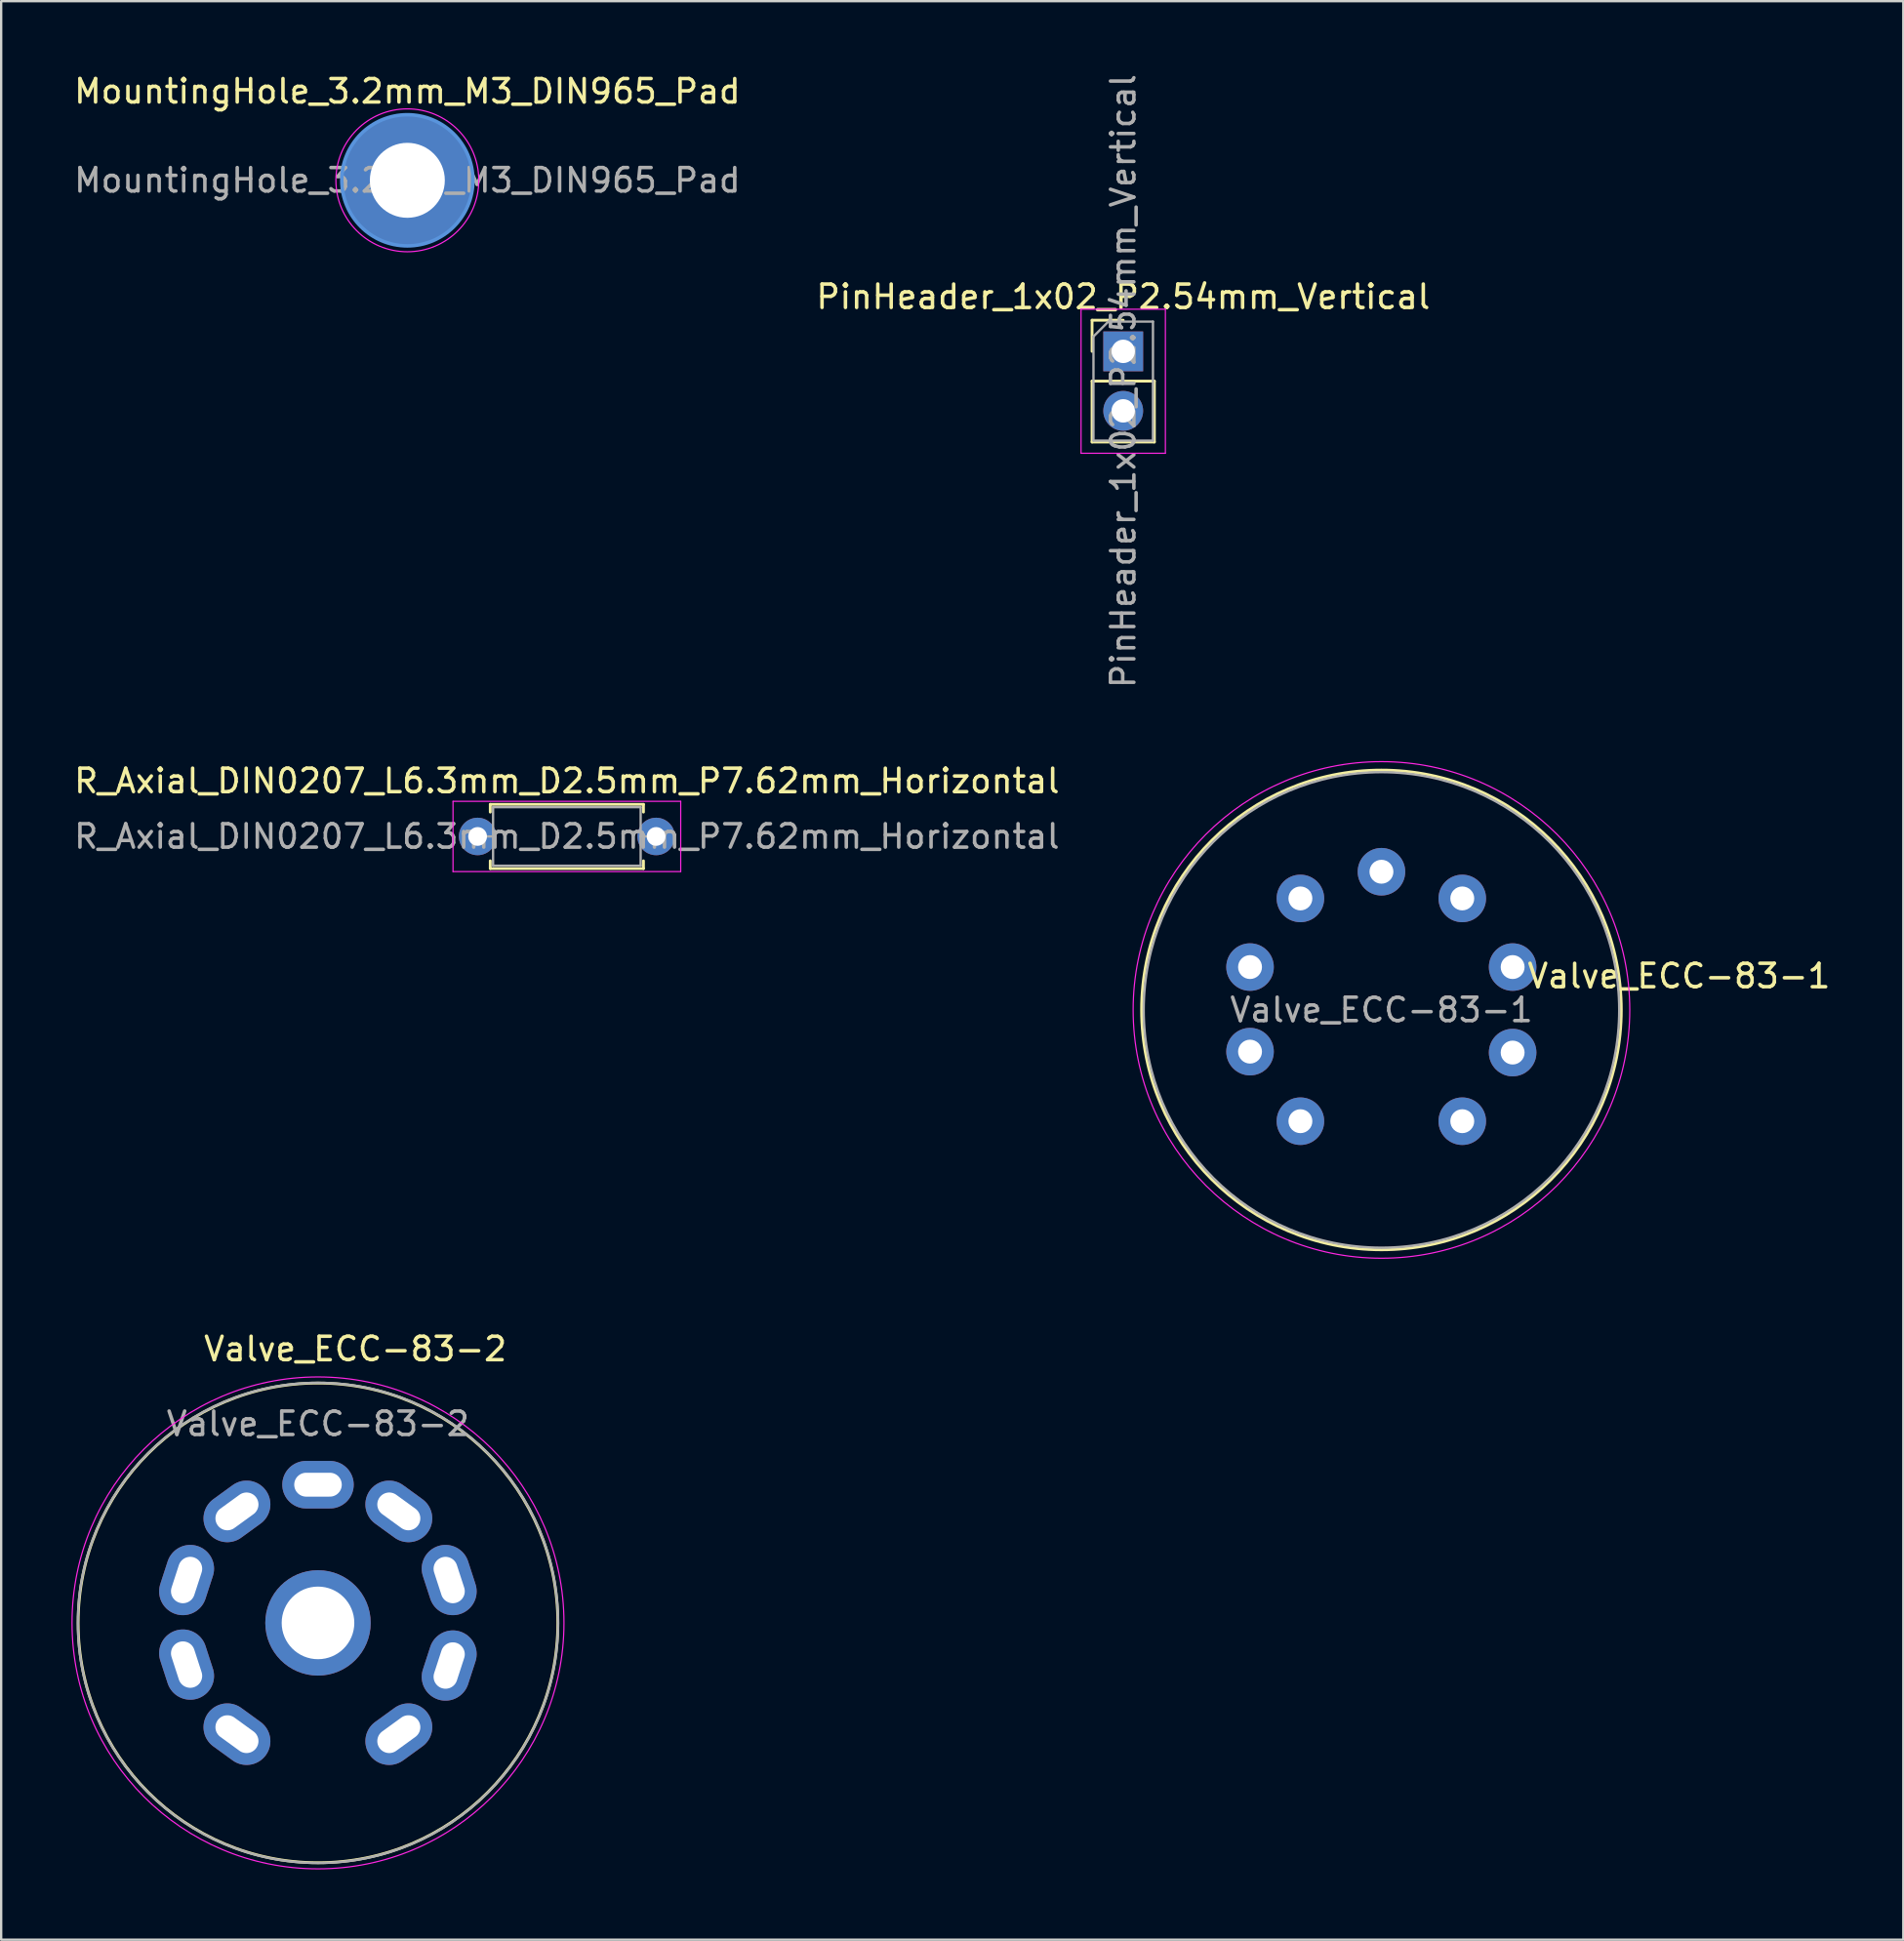
<source format=kicad_pcb>
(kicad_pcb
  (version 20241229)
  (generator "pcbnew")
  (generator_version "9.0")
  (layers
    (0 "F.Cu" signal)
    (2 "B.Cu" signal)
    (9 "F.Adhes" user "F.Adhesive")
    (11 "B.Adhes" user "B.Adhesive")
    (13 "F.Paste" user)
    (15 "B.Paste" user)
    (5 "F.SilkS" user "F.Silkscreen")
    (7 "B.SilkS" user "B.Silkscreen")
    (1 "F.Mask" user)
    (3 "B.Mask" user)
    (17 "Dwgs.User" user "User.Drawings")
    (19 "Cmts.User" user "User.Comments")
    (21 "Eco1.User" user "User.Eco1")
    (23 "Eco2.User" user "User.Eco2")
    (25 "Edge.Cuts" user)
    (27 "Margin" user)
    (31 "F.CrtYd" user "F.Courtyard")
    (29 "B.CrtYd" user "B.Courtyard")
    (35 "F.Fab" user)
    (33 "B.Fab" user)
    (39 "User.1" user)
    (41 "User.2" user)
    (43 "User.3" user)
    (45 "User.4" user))
  (footprint "PinHeader_1x02_P2.54mm_Vertical"
    (layer "F.Cu")
    (at 44.899 11.95)
    (property "Reference" "PinHeader_1x02_P2.54mm_Vertical" (at 0 -2.33 0) (layer "F.SilkS") (effects (font (size 1 1) (thickness 0.15))))
    (attr through_hole)
    (fp_line (start -1.33 -1.33) (end 0 -1.33) (stroke (width 0.12) (type solid)) (layer "F.SilkS"))
    (fp_line (start -1.33 0) (end -1.33 -1.33) (stroke (width 0.12) (type solid)) (layer "F.SilkS"))
    (fp_line (start -1.33 1.27) (end -1.33 3.87) (stroke (width 0.12) (type solid)) (layer "F.SilkS"))
    (fp_line (start -1.33 1.27) (end 1.33 1.27) (stroke (width 0.12) (type solid)) (layer "F.SilkS"))
    (fp_line (start -1.33 3.87) (end 1.33 3.87) (stroke (width 0.12) (type solid)) (layer "F.SilkS"))
    (fp_line (start 1.33 1.27) (end 1.33 3.87) (stroke (width 0.12) (type solid)) (layer "F.SilkS"))
    (fp_line (start -1.8 -1.8) (end -1.8 4.35) (stroke (width 0.05) (type solid)) (layer "F.CrtYd"))
    (fp_line (start -1.8 4.35) (end 1.8 4.35) (stroke (width 0.05) (type solid)) (layer "F.CrtYd"))
    (fp_line (start 1.8 -1.8) (end -1.8 -1.8) (stroke (width 0.05) (type solid)) (layer "F.CrtYd"))
    (fp_line (start 1.8 4.35) (end 1.8 -1.8) (stroke (width 0.05) (type solid)) (layer "F.CrtYd"))
    (fp_line (start -1.27 -0.635) (end -0.635 -1.27) (stroke (width 0.1) (type solid)) (layer "F.Fab"))
    (fp_line (start -1.27 3.81) (end -1.27 -0.635) (stroke (width 0.1) (type solid)) (layer "F.Fab"))
    (fp_line (start -0.635 -1.27) (end 1.27 -1.27) (stroke (width 0.1) (type solid)) (layer "F.Fab"))
    (fp_line (start 1.27 -1.27) (end 1.27 3.81) (stroke (width 0.1) (type solid)) (layer "F.Fab"))
    (fp_line (start 1.27 3.81) (end -1.27 3.81) (stroke (width 0.1) (type solid)) (layer "F.Fab"))
    (fp_text user "${REFERENCE}" (at 0 1.27 90) (layer "F.Fab") (effects (font (size 1 1) (thickness 0.15))))
    (pad "1" thru_hole rect (at 0 0) (size 1.7 1.7) (drill 1) (layers "*.Cu" "*.Mask"))
    (pad "2" thru_hole oval (at 0 2.54) (size 1.7 1.7) (drill 1) (layers "*.Cu" "*.Mask")))
  (footprint "MountingHole_3.2mm_M3_DIN965_Pad"
    (layer "F.Cu")
    (at 14.339 4.648)
    (property "Reference" "MountingHole_3.2mm_M3_DIN965_Pad" (at 0 -3.8 0) (layer "F.SilkS") (effects (font (size 1 1) (thickness 0.15))))
    (attr through_hole exclude_from_pos_files exclude_from_bom)
    (fp_circle (center 0 0) (end 2.8 0) (stroke (width 0.15) (type solid)) (fill no) (layer "Cmts.User"))
    (fp_circle (center 0 0) (end 3.05 0) (stroke (width 0.05) (type solid)) (fill no) (layer "F.CrtYd"))
    (fp_text user "${REFERENCE}" (at 0 0 0) (layer "F.Fab") (effects (font (size 1 1) (thickness 0.15))))
    (pad "1" thru_hole circle (at 0 0) (size 5.6 5.6) (drill 3.2) (layers "*.Cu" "*.Mask")))
  (footprint "Valve_ECC-83-2"
    (layer "F.Cu")
    (at 10.525 66.233)
    (property "Reference" "Valve_ECC-83-2" (at 1.596 -11.694 0) (layer "F.SilkS") (effects (font (size 1 1) (thickness 0.15))))
    (attr through_hole)
    (fp_circle (center 0 0) (end 10.16 1.27) (stroke (width 0.12) (type solid)) (fill no) (layer "F.SilkS"))
    (fp_circle (center 0 0) (end 0 -10.5) (stroke (width 0.05) (type solid)) (fill no) (layer "F.CrtYd"))
    (fp_circle (center 0 0) (end 0 -10.25) (stroke (width 0.1) (type solid)) (fill no) (layer "F.Fab"))
    (fp_text user "${REFERENCE}" (at 0 -8.5 0) (layer "F.Fab") (effects (font (size 1 1) (thickness 0.15))))
    (pad "" thru_hole circle (at 0 0) (size 4.5 4.5) (drill 3.1) (layers "*.Cu" "*.Mask"))
    (pad "1" thru_hole oval (at 3.45 4.75 306) (size 2.03 3.05) (drill oval 1.02 2.03) (layers "*.Cu" "*.Mask"))
    (pad "2" thru_hole oval (at 5.6 1.82 342) (size 2.03 3.05) (drill oval 1.02 2.03) (layers "*.Cu" "*.Mask"))
    (pad "3" thru_hole oval (at 5.6 -1.83 18) (size 2.03 3.05) (drill oval 1.02 2.03) (layers "*.Cu" "*.Mask"))
    (pad "4" thru_hole oval (at 3.45 -4.76 54) (size 2.03 3.05) (drill oval 1.02 2.03) (layers "*.Cu" "*.Mask"))
    (pad "5" thru_hole oval (at 0 -5.9 90) (size 2.03 3.05) (drill oval 1.02 2.03) (layers "*.Cu" "*.Mask"))
    (pad "6" thru_hole oval (at -3.46 -4.76 306) (size 2.03 3.05) (drill oval 1.02 2.03) (layers "*.Cu" "*.Mask"))
    (pad "7" thru_hole oval (at -5.61 -1.83 342) (size 2.03 3.05) (drill oval 1.02 2.03) (layers "*.Cu" "*.Mask"))
    (pad "8" thru_hole oval (at -5.61 1.78 18) (size 2.03 3.05) (drill oval 1.02 2.03) (layers "*.Cu" "*.Mask"))
    (pad "9" thru_hole oval (at -3.46 4.75 54) (size 2.03 3.05) (drill oval 1.02 2.03) (layers "*.Cu" "*.Mask")))
  (footprint "R_Axial_DIN0207_L6.3mm_D2.5mm_P7.62mm_Horizontal"
    (layer "F.Cu")
    (at 17.339 32.659)
    (property "Reference" "R_Axial_DIN0207_L6.3mm_D2.5mm_P7.62mm_Horizontal" (at 3.81 -2.37 0) (layer "F.SilkS") (effects (font (size 1 1) (thickness 0.15))))
    (attr through_hole)
    (fp_line (start 0.54 -1.37) (end 7.08 -1.37) (stroke (width 0.12) (type solid)) (layer "F.SilkS"))
    (fp_line (start 0.54 -1.04) (end 0.54 -1.37) (stroke (width 0.12) (type solid)) (layer "F.SilkS"))
    (fp_line (start 0.54 1.04) (end 0.54 1.37) (stroke (width 0.12) (type solid)) (layer "F.SilkS"))
    (fp_line (start 0.54 1.37) (end 7.08 1.37) (stroke (width 0.12) (type solid)) (layer "F.SilkS"))
    (fp_line (start 7.08 -1.37) (end 7.08 -1.04) (stroke (width 0.12) (type solid)) (layer "F.SilkS"))
    (fp_line (start 7.08 1.37) (end 7.08 1.04) (stroke (width 0.12) (type solid)) (layer "F.SilkS"))
    (fp_line (start -1.05 -1.5) (end -1.05 1.5) (stroke (width 0.05) (type solid)) (layer "F.CrtYd"))
    (fp_line (start -1.05 1.5) (end 8.67 1.5) (stroke (width 0.05) (type solid)) (layer "F.CrtYd"))
    (fp_line (start 8.67 -1.5) (end -1.05 -1.5) (stroke (width 0.05) (type solid)) (layer "F.CrtYd"))
    (fp_line (start 8.67 1.5) (end 8.67 -1.5) (stroke (width 0.05) (type solid)) (layer "F.CrtYd"))
    (fp_line (start 0 0) (end 0.66 0) (stroke (width 0.1) (type solid)) (layer "F.Fab"))
    (fp_line (start 0.66 -1.25) (end 0.66 1.25) (stroke (width 0.1) (type solid)) (layer "F.Fab"))
    (fp_line (start 0.66 1.25) (end 6.96 1.25) (stroke (width 0.1) (type solid)) (layer "F.Fab"))
    (fp_line (start 6.96 -1.25) (end 0.66 -1.25) (stroke (width 0.1) (type solid)) (layer "F.Fab"))
    (fp_line (start 6.96 1.25) (end 6.96 -1.25) (stroke (width 0.1) (type solid)) (layer "F.Fab"))
    (fp_line (start 7.62 0) (end 6.96 0) (stroke (width 0.1) (type solid)) (layer "F.Fab"))
    (fp_text user "${REFERENCE}" (at 3.81 0 0) (layer "F.Fab") (effects (font (size 1 1) (thickness 0.15))))
    (pad "1" thru_hole circle (at 0 0) (size 1.6 1.6) (drill 0.8) (layers "*.Cu" "*.Mask"))
    (pad "2" thru_hole oval (at 7.62 0) (size 1.6 1.6) (drill 0.8) (layers "*.Cu" "*.Mask")))
  (footprint "Valve_ECC-83-1"
    (layer "F.Cu")
    (at 55.923 40.015)
    (property "Reference" "Valve_ECC-83-1" (at 12.7 -1.397 0) (layer "F.SilkS") (effects (font (size 1 1) (thickness 0.15))))
    (attr through_hole)
    (fp_circle (center 0 0.05) (end 10.16 1.32) (stroke (width 0.12) (type solid)) (fill no) (layer "F.SilkS"))
    (fp_circle (center 0 0.05) (end 0 -10.55) (stroke (width 0.05) (type solid)) (fill no) (layer "F.CrtYd"))
    (fp_circle (center 0 0.05) (end 0 -10.1) (stroke (width 0.1) (type solid)) (fill no) (layer "F.Fab"))
    (fp_text user "${REFERENCE}" (at 0 0.05 0) (layer "F.Fab") (effects (font (size 1 1) (thickness 0.15))))
    (pad "1" thru_hole circle (at 3.45 4.8) (size 2.03 2.03) (drill 1.02) (layers "*.Cu" "*.Mask"))
    (pad "2" thru_hole circle (at 5.6 1.87) (size 2.03 2.03) (drill 1.02) (layers "*.Cu" "*.Mask"))
    (pad "3" thru_hole circle (at 5.6 -1.78) (size 2.03 2.03) (drill 1.02) (layers "*.Cu" "*.Mask"))
    (pad "4" thru_hole circle (at 3.45 -4.71) (size 2.03 2.03) (drill 1.02) (layers "*.Cu" "*.Mask"))
    (pad "5" thru_hole circle (at 0 -5.85) (size 2.03 2.03) (drill 1.02) (layers "*.Cu" "*.Mask"))
    (pad "6" thru_hole circle (at -3.46 -4.71) (size 2.03 2.03) (drill 1.02) (layers "*.Cu" "*.Mask"))
    (pad "7" thru_hole circle (at -5.61 -1.78) (size 2.03 2.03) (drill 1.02) (layers "*.Cu" "*.Mask"))
    (pad "8" thru_hole circle (at -5.61 1.83) (size 2.03 2.03) (drill 1.02) (layers "*.Cu" "*.Mask"))
    (pad "9" thru_hole circle (at -3.46 4.8) (size 2.03 2.03) (drill 1.02) (layers "*.Cu" "*.Mask")))
  (gr_rect
    (start -3 -3)
    (end 78.2 79.758)
    (stroke (width 0.1) (type default))
    (fill no)
    (layer "Edge.Cuts")))
</source>
